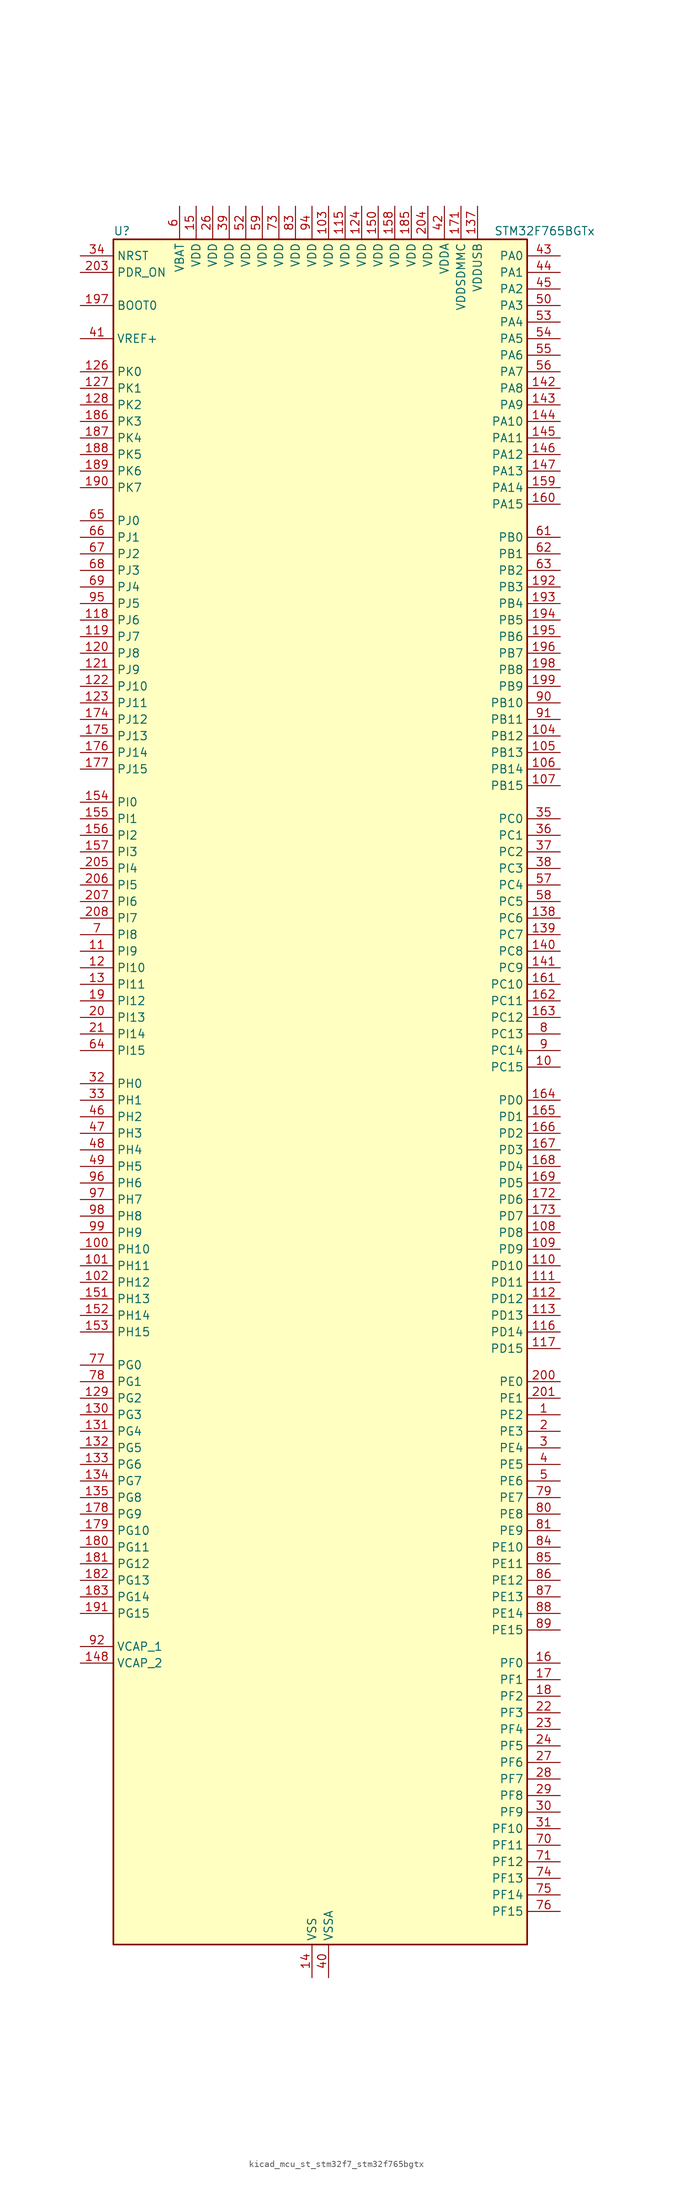
<source format=kicad_sym>
(kicad_symbol_lib
  (version 20220914)
  (generator kicad_symbol_editor)
  (symbol "kicad_mcu_st_stm32f7_stm32f765bgtx"
    (property "Reference" "U"
      (at -30.48 133.35 0)
      (effects (font (size 1.27 1.27)) (justify left)))
    (property "Value" "STM32F765BGTx"
      (at 27.94 133.35 0)
      (effects (font (size 1.27 1.27)) (justify left)))
    (property "ki_locked" ""
      (at 0 0 0)
      (effects (font (size 1.27 1.27))))
    (symbol "kicad_mcu_st_stm32f7_stm32f765bgtx_0_1"
      (rectangle (start -30.48 -129.54) (end 33.02 132.08) (stroke (width 0.254) (type default)) (fill (type background))))
    (symbol "kicad_mcu_st_stm32f7_stm32f765bgtx_1_1"
      (pin bidirectional line (at 38.1 -48.26 180) (length 5.08) (name "PE2" (effects (font (size 1.27 1.27)))) (number "1" (effects (font (size 1.27 1.27)))) (alternate "ETH_TXD3" bidirectional line) (alternate "FMC_A23" bidirectional line) (alternate "QUADSPI_BK1_IO2" bidirectional line) (alternate "SAI1_MCLK_A" bidirectional line) (alternate "SPI4_SCK" bidirectional line) (alternate "SYS_TRACECLK" bidirectional line))
      (pin bidirectional line (at 38.1 5.08 180) (length 5.08) (name "PC15" (effects (font (size 1.27 1.27)))) (number "10" (effects (font (size 1.27 1.27)))) (alternate "RCC_OSC32_OUT" bidirectional line))
      (pin bidirectional line (at -35.56 -22.86 0) (length 5.08) (name "PH10" (effects (font (size 1.27 1.27)))) (number "100" (effects (font (size 1.27 1.27)))) (alternate "DCMI_D1" bidirectional line) (alternate "FMC_D18" bidirectional line) (alternate "I2C4_SMBA" bidirectional line) (alternate "TIM5_CH1" bidirectional line))
      (pin bidirectional line (at -35.56 -25.4 0) (length 5.08) (name "PH11" (effects (font (size 1.27 1.27)))) (number "101" (effects (font (size 1.27 1.27)))) (alternate "ADC1_EXTI11" bidirectional line) (alternate "ADC2_EXTI11" bidirectional line) (alternate "ADC3_EXTI11" bidirectional line) (alternate "DCMI_D2" bidirectional line) (alternate "FMC_D19" bidirectional line) (alternate "I2C4_SCL" bidirectional line) (alternate "TIM5_CH2" bidirectional line))
      (pin bidirectional line (at -35.56 -27.94 0) (length 5.08) (name "PH12" (effects (font (size 1.27 1.27)))) (number "102" (effects (font (size 1.27 1.27)))) (alternate "DCMI_D3" bidirectional line) (alternate "FMC_D20" bidirectional line) (alternate "I2C4_SDA" bidirectional line) (alternate "TIM5_CH3" bidirectional line))
      (pin power_in line (at 2.54 137.16 270) (length 5.08) (name "VDD" (effects (font (size 1.27 1.27)))) (number "103" (effects (font (size 1.27 1.27)))))
      (pin bidirectional line (at 38.1 55.88 180) (length 5.08) (name "PB12" (effects (font (size 1.27 1.27)))) (number "104" (effects (font (size 1.27 1.27)))) (alternate "CAN2_RX" bidirectional line) (alternate "DFSDM1_DATIN1" bidirectional line) (alternate "ETH_TXD0" bidirectional line) (alternate "I2C2_SMBA" bidirectional line) (alternate "I2S2_WS" bidirectional line) (alternate "SPI2_NSS" bidirectional line) (alternate "TIM1_BKIN" bidirectional line) (alternate "UART5_RX" bidirectional line) (alternate "USART3_CK" bidirectional line) (alternate "USB_OTG_HS_ID" bidirectional line) (alternate "USB_OTG_HS_ULPI_D5" bidirectional line))
      (pin bidirectional line (at 38.1 53.34 180) (length 5.08) (name "PB13" (effects (font (size 1.27 1.27)))) (number "105" (effects (font (size 1.27 1.27)))) (alternate "CAN2_TX" bidirectional line) (alternate "DFSDM1_CKIN1" bidirectional line) (alternate "ETH_TXD1" bidirectional line) (alternate "I2S2_CK" bidirectional line) (alternate "SPI2_SCK" bidirectional line) (alternate "TIM1_CH1N" bidirectional line) (alternate "UART5_TX" bidirectional line) (alternate "USART3_CTS" bidirectional line) (alternate "USB_OTG_HS_ULPI_D6" bidirectional line) (alternate "USB_OTG_HS_VBUS" bidirectional line))
      (pin bidirectional line (at 38.1 50.8 180) (length 5.08) (name "PB14" (effects (font (size 1.27 1.27)))) (number "106" (effects (font (size 1.27 1.27)))) (alternate "DFSDM1_DATIN2" bidirectional line) (alternate "SDMMC2_D0" bidirectional line) (alternate "SPI2_MISO" bidirectional line) (alternate "TIM12_CH1" bidirectional line) (alternate "TIM1_CH2N" bidirectional line) (alternate "TIM8_CH2N" bidirectional line) (alternate "UART4_DE" bidirectional line) (alternate "UART4_RTS" bidirectional line) (alternate "USART1_TX" bidirectional line) (alternate "USART3_DE" bidirectional line) (alternate "USART3_RTS" bidirectional line) (alternate "USB_OTG_HS_DM" bidirectional line))
      (pin bidirectional line (at 38.1 48.26 180) (length 5.08) (name "PB15" (effects (font (size 1.27 1.27)))) (number "107" (effects (font (size 1.27 1.27)))) (alternate "DFSDM1_CKIN2" bidirectional line) (alternate "I2S2_SD" bidirectional line) (alternate "RTC_REFIN" bidirectional line) (alternate "SDMMC2_D1" bidirectional line) (alternate "SPI2_MOSI" bidirectional line) (alternate "TIM12_CH2" bidirectional line) (alternate "TIM1_CH3N" bidirectional line) (alternate "TIM8_CH3N" bidirectional line) (alternate "UART4_CTS" bidirectional line) (alternate "USART1_RX" bidirectional line) (alternate "USB_OTG_HS_DP" bidirectional line))
      (pin bidirectional line (at 38.1 -20.32 180) (length 5.08) (name "PD8" (effects (font (size 1.27 1.27)))) (number "108" (effects (font (size 1.27 1.27)))) (alternate "DFSDM1_CKIN3" bidirectional line) (alternate "FMC_D13" bidirectional line) (alternate "FMC_DA13" bidirectional line) (alternate "SPDIFRX_IN1" bidirectional line) (alternate "USART3_TX" bidirectional line))
      (pin bidirectional line (at 38.1 -22.86 180) (length 5.08) (name "PD9" (effects (font (size 1.27 1.27)))) (number "109" (effects (font (size 1.27 1.27)))) (alternate "DAC_EXTI9" bidirectional line) (alternate "DFSDM1_DATIN3" bidirectional line) (alternate "FMC_D14" bidirectional line) (alternate "FMC_DA14" bidirectional line) (alternate "USART3_RX" bidirectional line))
      (pin bidirectional line (at -35.56 22.86 0) (length 5.08) (name "PI9" (effects (font (size 1.27 1.27)))) (number "11" (effects (font (size 1.27 1.27)))) (alternate "CAN1_RX" bidirectional line) (alternate "DAC_EXTI9" bidirectional line) (alternate "FMC_D30" bidirectional line) (alternate "UART4_RX" bidirectional line))
      (pin bidirectional line (at 38.1 -25.4 180) (length 5.08) (name "PD10" (effects (font (size 1.27 1.27)))) (number "110" (effects (font (size 1.27 1.27)))) (alternate "DFSDM1_CKOUT" bidirectional line) (alternate "FMC_D15" bidirectional line) (alternate "FMC_DA15" bidirectional line) (alternate "USART3_CK" bidirectional line))
      (pin bidirectional line (at 38.1 -27.94 180) (length 5.08) (name "PD11" (effects (font (size 1.27 1.27)))) (number "111" (effects (font (size 1.27 1.27)))) (alternate "ADC1_EXTI11" bidirectional line) (alternate "ADC2_EXTI11" bidirectional line) (alternate "ADC3_EXTI11" bidirectional line) (alternate "FMC_A16" bidirectional line) (alternate "FMC_CLE" bidirectional line) (alternate "I2C4_SMBA" bidirectional line) (alternate "QUADSPI_BK1_IO0" bidirectional line) (alternate "SAI2_SD_A" bidirectional line) (alternate "USART3_CTS" bidirectional line))
      (pin bidirectional line (at 38.1 -30.48 180) (length 5.08) (name "PD12" (effects (font (size 1.27 1.27)))) (number "112" (effects (font (size 1.27 1.27)))) (alternate "FMC_A17" bidirectional line) (alternate "FMC_ALE" bidirectional line) (alternate "I2C4_SCL" bidirectional line) (alternate "LPTIM1_IN1" bidirectional line) (alternate "QUADSPI_BK1_IO1" bidirectional line) (alternate "SAI2_FS_A" bidirectional line) (alternate "TIM4_CH1" bidirectional line) (alternate "USART3_DE" bidirectional line) (alternate "USART3_RTS" bidirectional line))
      (pin bidirectional line (at 38.1 -33.02 180) (length 5.08) (name "PD13" (effects (font (size 1.27 1.27)))) (number "113" (effects (font (size 1.27 1.27)))) (alternate "FMC_A18" bidirectional line) (alternate "I2C4_SDA" bidirectional line) (alternate "LPTIM1_OUT" bidirectional line) (alternate "QUADSPI_BK1_IO3" bidirectional line) (alternate "SAI2_SCK_A" bidirectional line) (alternate "TIM4_CH2" bidirectional line))
      (pin passive line (at 0 -134.62 90) (length 5.08) hide (name "VSS" (effects (font (size 1.27 1.27)))) (number "114" (effects (font (size 1.27 1.27)))))
      (pin power_in line (at 5.08 137.16 270) (length 5.08) (name "VDD" (effects (font (size 1.27 1.27)))) (number "115" (effects (font (size 1.27 1.27)))))
      (pin bidirectional line (at 38.1 -35.56 180) (length 5.08) (name "PD14" (effects (font (size 1.27 1.27)))) (number "116" (effects (font (size 1.27 1.27)))) (alternate "FMC_D0" bidirectional line) (alternate "FMC_DA0" bidirectional line) (alternate "TIM4_CH3" bidirectional line) (alternate "UART8_CTS" bidirectional line))
      (pin bidirectional line (at 38.1 -38.1 180) (length 5.08) (name "PD15" (effects (font (size 1.27 1.27)))) (number "117" (effects (font (size 1.27 1.27)))) (alternate "FMC_D1" bidirectional line) (alternate "FMC_DA1" bidirectional line) (alternate "TIM4_CH4" bidirectional line) (alternate "UART8_DE" bidirectional line) (alternate "UART8_RTS" bidirectional line))
      (pin bidirectional line (at -35.56 73.66 0) (length 5.08) (name "PJ6" (effects (font (size 1.27 1.27)))) (number "118" (effects (font (size 1.27 1.27)))))
      (pin bidirectional line (at -35.56 71.12 0) (length 5.08) (name "PJ7" (effects (font (size 1.27 1.27)))) (number "119" (effects (font (size 1.27 1.27)))))
      (pin bidirectional line (at -35.56 20.32 0) (length 5.08) (name "PI10" (effects (font (size 1.27 1.27)))) (number "12" (effects (font (size 1.27 1.27)))) (alternate "ETH_RX_ER" bidirectional line) (alternate "FMC_D31" bidirectional line))
      (pin bidirectional line (at -35.56 68.58 0) (length 5.08) (name "PJ8" (effects (font (size 1.27 1.27)))) (number "120" (effects (font (size 1.27 1.27)))))
      (pin bidirectional line (at -35.56 66.04 0) (length 5.08) (name "PJ9" (effects (font (size 1.27 1.27)))) (number "121" (effects (font (size 1.27 1.27)))) (alternate "DAC_EXTI9" bidirectional line))
      (pin bidirectional line (at -35.56 63.5 0) (length 5.08) (name "PJ10" (effects (font (size 1.27 1.27)))) (number "122" (effects (font (size 1.27 1.27)))))
      (pin bidirectional line (at -35.56 60.96 0) (length 5.08) (name "PJ11" (effects (font (size 1.27 1.27)))) (number "123" (effects (font (size 1.27 1.27)))) (alternate "ADC1_EXTI11" bidirectional line) (alternate "ADC2_EXTI11" bidirectional line) (alternate "ADC3_EXTI11" bidirectional line))
      (pin power_in line (at 7.62 137.16 270) (length 5.08) (name "VDD" (effects (font (size 1.27 1.27)))) (number "124" (effects (font (size 1.27 1.27)))))
      (pin passive line (at 0 -134.62 90) (length 5.08) hide (name "VSS" (effects (font (size 1.27 1.27)))) (number "125" (effects (font (size 1.27 1.27)))))
      (pin bidirectional line (at -35.56 111.76 0) (length 5.08) (name "PK0" (effects (font (size 1.27 1.27)))) (number "126" (effects (font (size 1.27 1.27)))))
      (pin bidirectional line (at -35.56 109.22 0) (length 5.08) (name "PK1" (effects (font (size 1.27 1.27)))) (number "127" (effects (font (size 1.27 1.27)))))
      (pin bidirectional line (at -35.56 106.68 0) (length 5.08) (name "PK2" (effects (font (size 1.27 1.27)))) (number "128" (effects (font (size 1.27 1.27)))))
      (pin bidirectional line (at -35.56 -45.72 0) (length 5.08) (name "PG2" (effects (font (size 1.27 1.27)))) (number "129" (effects (font (size 1.27 1.27)))) (alternate "FMC_A12" bidirectional line))
      (pin bidirectional line (at -35.56 17.78 0) (length 5.08) (name "PI11" (effects (font (size 1.27 1.27)))) (number "13" (effects (font (size 1.27 1.27)))) (alternate "ADC1_EXTI11" bidirectional line) (alternate "ADC2_EXTI11" bidirectional line) (alternate "ADC3_EXTI11" bidirectional line) (alternate "SYS_WKUP6" bidirectional line) (alternate "USB_OTG_HS_ULPI_DIR" bidirectional line))
      (pin bidirectional line (at -35.56 -48.26 0) (length 5.08) (name "PG3" (effects (font (size 1.27 1.27)))) (number "130" (effects (font (size 1.27 1.27)))) (alternate "FMC_A13" bidirectional line))
      (pin bidirectional line (at -35.56 -50.8 0) (length 5.08) (name "PG4" (effects (font (size 1.27 1.27)))) (number "131" (effects (font (size 1.27 1.27)))) (alternate "FMC_A14" bidirectional line) (alternate "FMC_BA0" bidirectional line))
      (pin bidirectional line (at -35.56 -53.34 0) (length 5.08) (name "PG5" (effects (font (size 1.27 1.27)))) (number "132" (effects (font (size 1.27 1.27)))) (alternate "FMC_A15" bidirectional line) (alternate "FMC_BA1" bidirectional line))
      (pin bidirectional line (at -35.56 -55.88 0) (length 5.08) (name "PG6" (effects (font (size 1.27 1.27)))) (number "133" (effects (font (size 1.27 1.27)))) (alternate "DCMI_D12" bidirectional line) (alternate "FMC_NE3" bidirectional line))
      (pin bidirectional line (at -35.56 -58.42 0) (length 5.08) (name "PG7" (effects (font (size 1.27 1.27)))) (number "134" (effects (font (size 1.27 1.27)))) (alternate "DCMI_D13" bidirectional line) (alternate "FMC_INT" bidirectional line) (alternate "SAI1_MCLK_A" bidirectional line) (alternate "USART6_CK" bidirectional line))
      (pin bidirectional line (at -35.56 -60.96 0) (length 5.08) (name "PG8" (effects (font (size 1.27 1.27)))) (number "135" (effects (font (size 1.27 1.27)))) (alternate "ETH_PPS_OUT" bidirectional line) (alternate "FMC_SDCLK" bidirectional line) (alternate "SPDIFRX_IN2" bidirectional line) (alternate "SPI6_NSS" bidirectional line) (alternate "USART6_DE" bidirectional line) (alternate "USART6_RTS" bidirectional line))
      (pin passive line (at 0 -134.62 90) (length 5.08) hide (name "VSS" (effects (font (size 1.27 1.27)))) (number "136" (effects (font (size 1.27 1.27)))))
      (pin power_in line (at 25.4 137.16 270) (length 5.08) (name "VDDUSB" (effects (font (size 1.27 1.27)))) (number "137" (effects (font (size 1.27 1.27)))))
      (pin bidirectional line (at 38.1 27.94 180) (length 5.08) (name "PC6" (effects (font (size 1.27 1.27)))) (number "138" (effects (font (size 1.27 1.27)))) (alternate "DCMI_D0" bidirectional line) (alternate "DFSDM1_CKIN3" bidirectional line) (alternate "FMC_NWAIT" bidirectional line) (alternate "I2S2_MCK" bidirectional line) (alternate "SDMMC1_D6" bidirectional line) (alternate "SDMMC2_D6" bidirectional line) (alternate "TIM3_CH1" bidirectional line) (alternate "TIM8_CH1" bidirectional line) (alternate "USART6_TX" bidirectional line))
      (pin bidirectional line (at 38.1 25.4 180) (length 5.08) (name "PC7" (effects (font (size 1.27 1.27)))) (number "139" (effects (font (size 1.27 1.27)))) (alternate "DCMI_D1" bidirectional line) (alternate "DFSDM1_DATIN3" bidirectional line) (alternate "FMC_NE1" bidirectional line) (alternate "I2S3_MCK" bidirectional line) (alternate "SDMMC1_D7" bidirectional line) (alternate "SDMMC2_D7" bidirectional line) (alternate "TIM3_CH2" bidirectional line) (alternate "TIM8_CH2" bidirectional line) (alternate "USART6_RX" bidirectional line))
      (pin power_in line (at 0 -134.62 90) (length 5.08) (name "VSS" (effects (font (size 1.27 1.27)))) (number "14" (effects (font (size 1.27 1.27)))))
      (pin bidirectional line (at 38.1 22.86 180) (length 5.08) (name "PC8" (effects (font (size 1.27 1.27)))) (number "140" (effects (font (size 1.27 1.27)))) (alternate "DCMI_D2" bidirectional line) (alternate "FMC_NCE" bidirectional line) (alternate "FMC_NE2" bidirectional line) (alternate "SDMMC1_D0" bidirectional line) (alternate "SYS_TRACED1" bidirectional line) (alternate "TIM3_CH3" bidirectional line) (alternate "TIM8_CH3" bidirectional line) (alternate "UART5_DE" bidirectional line) (alternate "UART5_RTS" bidirectional line) (alternate "USART6_CK" bidirectional line))
      (pin bidirectional line (at 38.1 20.32 180) (length 5.08) (name "PC9" (effects (font (size 1.27 1.27)))) (number "141" (effects (font (size 1.27 1.27)))) (alternate "DAC_EXTI9" bidirectional line) (alternate "DCMI_D3" bidirectional line) (alternate "I2C3_SDA" bidirectional line) (alternate "I2S_CKIN" bidirectional line) (alternate "QUADSPI_BK1_IO0" bidirectional line) (alternate "RCC_MCO_2" bidirectional line) (alternate "SDMMC1_D1" bidirectional line) (alternate "TIM3_CH4" bidirectional line) (alternate "TIM8_CH4" bidirectional line) (alternate "UART5_CTS" bidirectional line))
      (pin bidirectional line (at 38.1 109.22 180) (length 5.08) (name "PA8" (effects (font (size 1.27 1.27)))) (number "142" (effects (font (size 1.27 1.27)))) (alternate "CAN3_RX" bidirectional line) (alternate "I2C3_SCL" bidirectional line) (alternate "RCC_MCO_1" bidirectional line) (alternate "TIM1_CH1" bidirectional line) (alternate "TIM8_BKIN2" bidirectional line) (alternate "UART7_RX" bidirectional line) (alternate "USART1_CK" bidirectional line) (alternate "USB_OTG_FS_SOF" bidirectional line))
      (pin bidirectional line (at 38.1 106.68 180) (length 5.08) (name "PA9" (effects (font (size 1.27 1.27)))) (number "143" (effects (font (size 1.27 1.27)))) (alternate "DAC_EXTI9" bidirectional line) (alternate "DCMI_D0" bidirectional line) (alternate "I2C3_SMBA" bidirectional line) (alternate "I2S2_CK" bidirectional line) (alternate "SPI2_SCK" bidirectional line) (alternate "TIM1_CH2" bidirectional line) (alternate "USART1_TX" bidirectional line) (alternate "USB_OTG_FS_VBUS" bidirectional line))
      (pin bidirectional line (at 38.1 104.14 180) (length 5.08) (name "PA10" (effects (font (size 1.27 1.27)))) (number "144" (effects (font (size 1.27 1.27)))) (alternate "DCMI_D1" bidirectional line) (alternate "MDIOS_MDIO" bidirectional line) (alternate "TIM1_CH3" bidirectional line) (alternate "USART1_RX" bidirectional line) (alternate "USB_OTG_FS_ID" bidirectional line))
      (pin bidirectional line (at 38.1 101.6 180) (length 5.08) (name "PA11" (effects (font (size 1.27 1.27)))) (number "145" (effects (font (size 1.27 1.27)))) (alternate "ADC1_EXTI11" bidirectional line) (alternate "ADC2_EXTI11" bidirectional line) (alternate "ADC3_EXTI11" bidirectional line) (alternate "CAN1_RX" bidirectional line) (alternate "I2S2_WS" bidirectional line) (alternate "SPI2_NSS" bidirectional line) (alternate "TIM1_CH4" bidirectional line) (alternate "UART4_RX" bidirectional line) (alternate "USART1_CTS" bidirectional line) (alternate "USB_OTG_FS_DM" bidirectional line))
      (pin bidirectional line (at 38.1 99.06 180) (length 5.08) (name "PA12" (effects (font (size 1.27 1.27)))) (number "146" (effects (font (size 1.27 1.27)))) (alternate "CAN1_TX" bidirectional line) (alternate "I2S2_CK" bidirectional line) (alternate "SAI2_FS_B" bidirectional line) (alternate "SPI2_SCK" bidirectional line) (alternate "TIM1_ETR" bidirectional line) (alternate "UART4_TX" bidirectional line) (alternate "USART1_DE" bidirectional line) (alternate "USART1_RTS" bidirectional line) (alternate "USB_OTG_FS_DP" bidirectional line))
      (pin bidirectional line (at 38.1 96.52 180) (length 5.08) (name "PA13" (effects (font (size 1.27 1.27)))) (number "147" (effects (font (size 1.27 1.27)))) (alternate "SYS_JTMS-SWDIO" bidirectional line))
      (pin power_out line (at -35.56 -86.36 0) (length 5.08) (name "VCAP_2" (effects (font (size 1.27 1.27)))) (number "148" (effects (font (size 1.27 1.27)))))
      (pin passive line (at 0 -134.62 90) (length 5.08) hide (name "VSS" (effects (font (size 1.27 1.27)))) (number "149" (effects (font (size 1.27 1.27)))))
      (pin power_in line (at -17.78 137.16 270) (length 5.08) (name "VDD" (effects (font (size 1.27 1.27)))) (number "15" (effects (font (size 1.27 1.27)))))
      (pin power_in line (at 10.16 137.16 270) (length 5.08) (name "VDD" (effects (font (size 1.27 1.27)))) (number "150" (effects (font (size 1.27 1.27)))))
      (pin bidirectional line (at -35.56 -30.48 0) (length 5.08) (name "PH13" (effects (font (size 1.27 1.27)))) (number "151" (effects (font (size 1.27 1.27)))) (alternate "CAN1_TX" bidirectional line) (alternate "FMC_D21" bidirectional line) (alternate "TIM8_CH1N" bidirectional line) (alternate "UART4_TX" bidirectional line))
      (pin bidirectional line (at -35.56 -33.02 0) (length 5.08) (name "PH14" (effects (font (size 1.27 1.27)))) (number "152" (effects (font (size 1.27 1.27)))) (alternate "CAN1_RX" bidirectional line) (alternate "DCMI_D4" bidirectional line) (alternate "FMC_D22" bidirectional line) (alternate "TIM8_CH2N" bidirectional line) (alternate "UART4_RX" bidirectional line))
      (pin bidirectional line (at -35.56 -35.56 0) (length 5.08) (name "PH15" (effects (font (size 1.27 1.27)))) (number "153" (effects (font (size 1.27 1.27)))) (alternate "DCMI_D11" bidirectional line) (alternate "FMC_D23" bidirectional line) (alternate "TIM8_CH3N" bidirectional line))
      (pin bidirectional line (at -35.56 45.72 0) (length 5.08) (name "PI0" (effects (font (size 1.27 1.27)))) (number "154" (effects (font (size 1.27 1.27)))) (alternate "DCMI_D13" bidirectional line) (alternate "FMC_D24" bidirectional line) (alternate "I2S2_WS" bidirectional line) (alternate "SPI2_NSS" bidirectional line) (alternate "TIM5_CH4" bidirectional line))
      (pin bidirectional line (at -35.56 43.18 0) (length 5.08) (name "PI1" (effects (font (size 1.27 1.27)))) (number "155" (effects (font (size 1.27 1.27)))) (alternate "DCMI_D8" bidirectional line) (alternate "FMC_D25" bidirectional line) (alternate "I2S2_CK" bidirectional line) (alternate "SPI2_SCK" bidirectional line) (alternate "TIM8_BKIN2" bidirectional line))
      (pin bidirectional line (at -35.56 40.64 0) (length 5.08) (name "PI2" (effects (font (size 1.27 1.27)))) (number "156" (effects (font (size 1.27 1.27)))) (alternate "DCMI_D9" bidirectional line) (alternate "FMC_D26" bidirectional line) (alternate "SPI2_MISO" bidirectional line) (alternate "TIM8_CH4" bidirectional line))
      (pin bidirectional line (at -35.56 38.1 0) (length 5.08) (name "PI3" (effects (font (size 1.27 1.27)))) (number "157" (effects (font (size 1.27 1.27)))) (alternate "DCMI_D10" bidirectional line) (alternate "FMC_D27" bidirectional line) (alternate "I2S2_SD" bidirectional line) (alternate "SPI2_MOSI" bidirectional line) (alternate "TIM8_ETR" bidirectional line))
      (pin power_in line (at 12.7 137.16 270) (length 5.08) (name "VDD" (effects (font (size 1.27 1.27)))) (number "158" (effects (font (size 1.27 1.27)))))
      (pin bidirectional line (at 38.1 93.98 180) (length 5.08) (name "PA14" (effects (font (size 1.27 1.27)))) (number "159" (effects (font (size 1.27 1.27)))) (alternate "SYS_JTCK-SWCLK" bidirectional line))
      (pin bidirectional line (at 38.1 -86.36 180) (length 5.08) (name "PF0" (effects (font (size 1.27 1.27)))) (number "16" (effects (font (size 1.27 1.27)))) (alternate "FMC_A0" bidirectional line) (alternate "I2C2_SDA" bidirectional line))
      (pin bidirectional line (at 38.1 91.44 180) (length 5.08) (name "PA15" (effects (font (size 1.27 1.27)))) (number "160" (effects (font (size 1.27 1.27)))) (alternate "CAN3_TX" bidirectional line) (alternate "CEC" bidirectional line) (alternate "I2S1_WS" bidirectional line) (alternate "I2S3_WS" bidirectional line) (alternate "SPI1_NSS" bidirectional line) (alternate "SPI3_NSS" bidirectional line) (alternate "SPI6_NSS" bidirectional line) (alternate "SYS_JTDI" bidirectional line) (alternate "TIM2_CH1" bidirectional line) (alternate "TIM2_ETR" bidirectional line) (alternate "UART4_DE" bidirectional line) (alternate "UART4_RTS" bidirectional line) (alternate "UART7_TX" bidirectional line))
      (pin bidirectional line (at 38.1 17.78 180) (length 5.08) (name "PC10" (effects (font (size 1.27 1.27)))) (number "161" (effects (font (size 1.27 1.27)))) (alternate "DCMI_D8" bidirectional line) (alternate "DFSDM1_CKIN5" bidirectional line) (alternate "I2S3_CK" bidirectional line) (alternate "QUADSPI_BK1_IO1" bidirectional line) (alternate "SDMMC1_D2" bidirectional line) (alternate "SPI3_SCK" bidirectional line) (alternate "UART4_TX" bidirectional line) (alternate "USART3_TX" bidirectional line))
      (pin bidirectional line (at 38.1 15.24 180) (length 5.08) (name "PC11" (effects (font (size 1.27 1.27)))) (number "162" (effects (font (size 1.27 1.27)))) (alternate "ADC1_EXTI11" bidirectional line) (alternate "ADC2_EXTI11" bidirectional line) (alternate "ADC3_EXTI11" bidirectional line) (alternate "DCMI_D4" bidirectional line) (alternate "DFSDM1_DATIN5" bidirectional line) (alternate "QUADSPI_BK2_NCS" bidirectional line) (alternate "SDMMC1_D3" bidirectional line) (alternate "SPI3_MISO" bidirectional line) (alternate "UART4_RX" bidirectional line) (alternate "USART3_RX" bidirectional line))
      (pin bidirectional line (at 38.1 12.7 180) (length 5.08) (name "PC12" (effects (font (size 1.27 1.27)))) (number "163" (effects (font (size 1.27 1.27)))) (alternate "DCMI_D9" bidirectional line) (alternate "I2S3_SD" bidirectional line) (alternate "SDMMC1_CK" bidirectional line) (alternate "SPI3_MOSI" bidirectional line) (alternate "SYS_TRACED3" bidirectional line) (alternate "UART5_TX" bidirectional line) (alternate "USART3_CK" bidirectional line))
      (pin bidirectional line (at 38.1 0 180) (length 5.08) (name "PD0" (effects (font (size 1.27 1.27)))) (number "164" (effects (font (size 1.27 1.27)))) (alternate "CAN1_RX" bidirectional line) (alternate "DFSDM1_CKIN6" bidirectional line) (alternate "DFSDM1_DATIN7" bidirectional line) (alternate "FMC_D2" bidirectional line) (alternate "FMC_DA2" bidirectional line) (alternate "UART4_RX" bidirectional line))
      (pin bidirectional line (at 38.1 -2.54 180) (length 5.08) (name "PD1" (effects (font (size 1.27 1.27)))) (number "165" (effects (font (size 1.27 1.27)))) (alternate "CAN1_TX" bidirectional line) (alternate "DFSDM1_CKIN7" bidirectional line) (alternate "DFSDM1_DATIN6" bidirectional line) (alternate "FMC_D3" bidirectional line) (alternate "FMC_DA3" bidirectional line) (alternate "UART4_TX" bidirectional line))
      (pin bidirectional line (at 38.1 -5.08 180) (length 5.08) (name "PD2" (effects (font (size 1.27 1.27)))) (number "166" (effects (font (size 1.27 1.27)))) (alternate "DCMI_D11" bidirectional line) (alternate "SDMMC1_CMD" bidirectional line) (alternate "SYS_TRACED2" bidirectional line) (alternate "TIM3_ETR" bidirectional line) (alternate "UART5_RX" bidirectional line))
      (pin bidirectional line (at 38.1 -7.62 180) (length 5.08) (name "PD3" (effects (font (size 1.27 1.27)))) (number "167" (effects (font (size 1.27 1.27)))) (alternate "DCMI_D5" bidirectional line) (alternate "DFSDM1_CKOUT" bidirectional line) (alternate "DFSDM1_DATIN0" bidirectional line) (alternate "FMC_CLK" bidirectional line) (alternate "I2S2_CK" bidirectional line) (alternate "SPI2_SCK" bidirectional line) (alternate "USART2_CTS" bidirectional line))
      (pin bidirectional line (at 38.1 -10.16 180) (length 5.08) (name "PD4" (effects (font (size 1.27 1.27)))) (number "168" (effects (font (size 1.27 1.27)))) (alternate "DFSDM1_CKIN0" bidirectional line) (alternate "FMC_NOE" bidirectional line) (alternate "USART2_DE" bidirectional line) (alternate "USART2_RTS" bidirectional line))
      (pin bidirectional line (at 38.1 -12.7 180) (length 5.08) (name "PD5" (effects (font (size 1.27 1.27)))) (number "169" (effects (font (size 1.27 1.27)))) (alternate "FMC_NWE" bidirectional line) (alternate "USART2_TX" bidirectional line))
      (pin bidirectional line (at 38.1 -88.9 180) (length 5.08) (name "PF1" (effects (font (size 1.27 1.27)))) (number "17" (effects (font (size 1.27 1.27)))) (alternate "FMC_A1" bidirectional line) (alternate "I2C2_SCL" bidirectional line))
      (pin passive line (at 0 -134.62 90) (length 5.08) hide (name "VSS" (effects (font (size 1.27 1.27)))) (number "170" (effects (font (size 1.27 1.27)))))
      (pin power_in line (at 22.86 137.16 270) (length 5.08) (name "VDDSDMMC" (effects (font (size 1.27 1.27)))) (number "171" (effects (font (size 1.27 1.27)))))
      (pin bidirectional line (at 38.1 -15.24 180) (length 5.08) (name "PD6" (effects (font (size 1.27 1.27)))) (number "172" (effects (font (size 1.27 1.27)))) (alternate "DCMI_D10" bidirectional line) (alternate "DFSDM1_CKIN4" bidirectional line) (alternate "DFSDM1_DATIN1" bidirectional line) (alternate "FMC_NWAIT" bidirectional line) (alternate "I2S3_SD" bidirectional line) (alternate "SAI1_SD_A" bidirectional line) (alternate "SDMMC2_CK" bidirectional line) (alternate "SPI3_MOSI" bidirectional line) (alternate "USART2_RX" bidirectional line))
      (pin bidirectional line (at 38.1 -17.78 180) (length 5.08) (name "PD7" (effects (font (size 1.27 1.27)))) (number "173" (effects (font (size 1.27 1.27)))) (alternate "DFSDM1_CKIN1" bidirectional line) (alternate "DFSDM1_DATIN4" bidirectional line) (alternate "FMC_NE1" bidirectional line) (alternate "I2S1_SD" bidirectional line) (alternate "SDMMC2_CMD" bidirectional line) (alternate "SPDIFRX_IN0" bidirectional line) (alternate "SPI1_MOSI" bidirectional line) (alternate "USART2_CK" bidirectional line))
      (pin bidirectional line (at -35.56 58.42 0) (length 5.08) (name "PJ12" (effects (font (size 1.27 1.27)))) (number "174" (effects (font (size 1.27 1.27)))))
      (pin bidirectional line (at -35.56 55.88 0) (length 5.08) (name "PJ13" (effects (font (size 1.27 1.27)))) (number "175" (effects (font (size 1.27 1.27)))))
      (pin bidirectional line (at -35.56 53.34 0) (length 5.08) (name "PJ14" (effects (font (size 1.27 1.27)))) (number "176" (effects (font (size 1.27 1.27)))))
      (pin bidirectional line (at -35.56 50.8 0) (length 5.08) (name "PJ15" (effects (font (size 1.27 1.27)))) (number "177" (effects (font (size 1.27 1.27)))))
      (pin bidirectional line (at -35.56 -63.5 0) (length 5.08) (name "PG9" (effects (font (size 1.27 1.27)))) (number "178" (effects (font (size 1.27 1.27)))) (alternate "DAC_EXTI9" bidirectional line) (alternate "DCMI_VSYNC" bidirectional line) (alternate "FMC_NCE" bidirectional line) (alternate "FMC_NE2" bidirectional line) (alternate "QUADSPI_BK2_IO2" bidirectional line) (alternate "SAI2_FS_B" bidirectional line) (alternate "SDMMC2_D0" bidirectional line) (alternate "SPDIFRX_IN3" bidirectional line) (alternate "SPI1_MISO" bidirectional line) (alternate "USART6_RX" bidirectional line))
      (pin bidirectional line (at -35.56 -66.04 0) (length 5.08) (name "PG10" (effects (font (size 1.27 1.27)))) (number "179" (effects (font (size 1.27 1.27)))) (alternate "DCMI_D2" bidirectional line) (alternate "FMC_NE3" bidirectional line) (alternate "I2S1_WS" bidirectional line) (alternate "SAI2_SD_B" bidirectional line) (alternate "SDMMC2_D1" bidirectional line) (alternate "SPI1_NSS" bidirectional line))
      (pin bidirectional line (at 38.1 -91.44 180) (length 5.08) (name "PF2" (effects (font (size 1.27 1.27)))) (number "18" (effects (font (size 1.27 1.27)))) (alternate "FMC_A2" bidirectional line) (alternate "I2C2_SMBA" bidirectional line))
      (pin bidirectional line (at -35.56 -68.58 0) (length 5.08) (name "PG11" (effects (font (size 1.27 1.27)))) (number "180" (effects (font (size 1.27 1.27)))) (alternate "ADC1_EXTI11" bidirectional line) (alternate "ADC2_EXTI11" bidirectional line) (alternate "ADC3_EXTI11" bidirectional line) (alternate "DCMI_D3" bidirectional line) (alternate "ETH_TX_EN" bidirectional line) (alternate "I2S1_CK" bidirectional line) (alternate "SDMMC2_D2" bidirectional line) (alternate "SPDIFRX_IN0" bidirectional line) (alternate "SPI1_SCK" bidirectional line))
      (pin bidirectional line (at -35.56 -71.12 0) (length 5.08) (name "PG12" (effects (font (size 1.27 1.27)))) (number "181" (effects (font (size 1.27 1.27)))) (alternate "FMC_NE4" bidirectional line) (alternate "LPTIM1_IN1" bidirectional line) (alternate "SDMMC2_D3" bidirectional line) (alternate "SPDIFRX_IN1" bidirectional line) (alternate "SPI6_MISO" bidirectional line) (alternate "USART6_DE" bidirectional line) (alternate "USART6_RTS" bidirectional line))
      (pin bidirectional line (at -35.56 -73.66 0) (length 5.08) (name "PG13" (effects (font (size 1.27 1.27)))) (number "182" (effects (font (size 1.27 1.27)))) (alternate "ETH_TXD0" bidirectional line) (alternate "FMC_A24" bidirectional line) (alternate "LPTIM1_OUT" bidirectional line) (alternate "SPI6_SCK" bidirectional line) (alternate "SYS_TRACED0" bidirectional line) (alternate "USART6_CTS" bidirectional line))
      (pin bidirectional line (at -35.56 -76.2 0) (length 5.08) (name "PG14" (effects (font (size 1.27 1.27)))) (number "183" (effects (font (size 1.27 1.27)))) (alternate "ETH_TXD1" bidirectional line) (alternate "FMC_A25" bidirectional line) (alternate "LPTIM1_ETR" bidirectional line) (alternate "QUADSPI_BK2_IO3" bidirectional line) (alternate "SPI6_MOSI" bidirectional line) (alternate "SYS_TRACED1" bidirectional line) (alternate "USART6_TX" bidirectional line))
      (pin passive line (at 0 -134.62 90) (length 5.08) hide (name "VSS" (effects (font (size 1.27 1.27)))) (number "184" (effects (font (size 1.27 1.27)))))
      (pin power_in line (at 15.24 137.16 270) (length 5.08) (name "VDD" (effects (font (size 1.27 1.27)))) (number "185" (effects (font (size 1.27 1.27)))))
      (pin bidirectional line (at -35.56 104.14 0) (length 5.08) (name "PK3" (effects (font (size 1.27 1.27)))) (number "186" (effects (font (size 1.27 1.27)))))
      (pin bidirectional line (at -35.56 101.6 0) (length 5.08) (name "PK4" (effects (font (size 1.27 1.27)))) (number "187" (effects (font (size 1.27 1.27)))))
      (pin bidirectional line (at -35.56 99.06 0) (length 5.08) (name "PK5" (effects (font (size 1.27 1.27)))) (number "188" (effects (font (size 1.27 1.27)))))
      (pin bidirectional line (at -35.56 96.52 0) (length 5.08) (name "PK6" (effects (font (size 1.27 1.27)))) (number "189" (effects (font (size 1.27 1.27)))))
      (pin bidirectional line (at -35.56 15.24 0) (length 5.08) (name "PI12" (effects (font (size 1.27 1.27)))) (number "19" (effects (font (size 1.27 1.27)))))
      (pin bidirectional line (at -35.56 93.98 0) (length 5.08) (name "PK7" (effects (font (size 1.27 1.27)))) (number "190" (effects (font (size 1.27 1.27)))))
      (pin bidirectional line (at -35.56 -78.74 0) (length 5.08) (name "PG15" (effects (font (size 1.27 1.27)))) (number "191" (effects (font (size 1.27 1.27)))) (alternate "DCMI_D13" bidirectional line) (alternate "FMC_SDNCAS" bidirectional line) (alternate "USART6_CTS" bidirectional line))
      (pin bidirectional line (at 38.1 78.74 180) (length 5.08) (name "PB3" (effects (font (size 1.27 1.27)))) (number "192" (effects (font (size 1.27 1.27)))) (alternate "CAN3_RX" bidirectional line) (alternate "I2S1_CK" bidirectional line) (alternate "I2S3_CK" bidirectional line) (alternate "SDMMC2_D2" bidirectional line) (alternate "SPI1_SCK" bidirectional line) (alternate "SPI3_SCK" bidirectional line) (alternate "SPI6_SCK" bidirectional line) (alternate "SYS_JTDO-SWO" bidirectional line) (alternate "TIM2_CH2" bidirectional line) (alternate "UART7_RX" bidirectional line))
      (pin bidirectional line (at 38.1 76.2 180) (length 5.08) (name "PB4" (effects (font (size 1.27 1.27)))) (number "193" (effects (font (size 1.27 1.27)))) (alternate "CAN3_TX" bidirectional line) (alternate "I2S2_WS" bidirectional line) (alternate "SDMMC2_D3" bidirectional line) (alternate "SPI1_MISO" bidirectional line) (alternate "SPI2_NSS" bidirectional line) (alternate "SPI3_MISO" bidirectional line) (alternate "SPI6_MISO" bidirectional line) (alternate "SYS_JTRST" bidirectional line) (alternate "TIM3_CH1" bidirectional line) (alternate "UART7_TX" bidirectional line))
      (pin bidirectional line (at 38.1 73.66 180) (length 5.08) (name "PB5" (effects (font (size 1.27 1.27)))) (number "194" (effects (font (size 1.27 1.27)))) (alternate "CAN2_RX" bidirectional line) (alternate "DCMI_D10" bidirectional line) (alternate "ETH_PPS_OUT" bidirectional line) (alternate "FMC_SDCKE1" bidirectional line) (alternate "I2C1_SMBA" bidirectional line) (alternate "I2S1_SD" bidirectional line) (alternate "I2S3_SD" bidirectional line) (alternate "SPI1_MOSI" bidirectional line) (alternate "SPI3_MOSI" bidirectional line) (alternate "SPI6_MOSI" bidirectional line) (alternate "TIM3_CH2" bidirectional line) (alternate "UART5_RX" bidirectional line) (alternate "USB_OTG_HS_ULPI_D7" bidirectional line))
      (pin bidirectional line (at 38.1 71.12 180) (length 5.08) (name "PB6" (effects (font (size 1.27 1.27)))) (number "195" (effects (font (size 1.27 1.27)))) (alternate "CAN2_TX" bidirectional line) (alternate "CEC" bidirectional line) (alternate "DCMI_D5" bidirectional line) (alternate "DFSDM1_DATIN5" bidirectional line) (alternate "FMC_SDNE1" bidirectional line) (alternate "I2C1_SCL" bidirectional line) (alternate "I2C4_SCL" bidirectional line) (alternate "QUADSPI_BK1_NCS" bidirectional line) (alternate "TIM4_CH1" bidirectional line) (alternate "UART5_TX" bidirectional line) (alternate "USART1_TX" bidirectional line))
      (pin bidirectional line (at 38.1 68.58 180) (length 5.08) (name "PB7" (effects (font (size 1.27 1.27)))) (number "196" (effects (font (size 1.27 1.27)))) (alternate "DCMI_VSYNC" bidirectional line) (alternate "DFSDM1_CKIN5" bidirectional line) (alternate "FMC_NL" bidirectional line) (alternate "I2C1_SDA" bidirectional line) (alternate "I2C4_SDA" bidirectional line) (alternate "TIM4_CH2" bidirectional line) (alternate "USART1_RX" bidirectional line))
      (pin input line (at -35.56 121.92 0) (length 5.08) (name "BOOT0" (effects (font (size 1.27 1.27)))) (number "197" (effects (font (size 1.27 1.27)))))
      (pin bidirectional line (at 38.1 66.04 180) (length 5.08) (name "PB8" (effects (font (size 1.27 1.27)))) (number "198" (effects (font (size 1.27 1.27)))) (alternate "CAN1_RX" bidirectional line) (alternate "DCMI_D6" bidirectional line) (alternate "DFSDM1_CKIN7" bidirectional line) (alternate "ETH_TXD3" bidirectional line) (alternate "I2C1_SCL" bidirectional line) (alternate "I2C4_SCL" bidirectional line) (alternate "SDMMC1_D4" bidirectional line) (alternate "SDMMC2_D4" bidirectional line) (alternate "TIM10_CH1" bidirectional line) (alternate "TIM4_CH3" bidirectional line) (alternate "UART5_RX" bidirectional line))
      (pin bidirectional line (at 38.1 63.5 180) (length 5.08) (name "PB9" (effects (font (size 1.27 1.27)))) (number "199" (effects (font (size 1.27 1.27)))) (alternate "CAN1_TX" bidirectional line) (alternate "DAC_EXTI9" bidirectional line) (alternate "DCMI_D7" bidirectional line) (alternate "DFSDM1_DATIN7" bidirectional line) (alternate "I2C1_SDA" bidirectional line) (alternate "I2C4_SDA" bidirectional line) (alternate "I2C4_SMBA" bidirectional line) (alternate "I2S2_WS" bidirectional line) (alternate "SDMMC1_D5" bidirectional line) (alternate "SDMMC2_D5" bidirectional line) (alternate "SPI2_NSS" bidirectional line) (alternate "TIM11_CH1" bidirectional line) (alternate "TIM4_CH4" bidirectional line) (alternate "UART5_TX" bidirectional line))
      (pin bidirectional line (at 38.1 -50.8 180) (length 5.08) (name "PE3" (effects (font (size 1.27 1.27)))) (number "2" (effects (font (size 1.27 1.27)))) (alternate "FMC_A19" bidirectional line) (alternate "SAI1_SD_B" bidirectional line) (alternate "SYS_TRACED0" bidirectional line))
      (pin bidirectional line (at -35.56 12.7 0) (length 5.08) (name "PI13" (effects (font (size 1.27 1.27)))) (number "20" (effects (font (size 1.27 1.27)))))
      (pin bidirectional line (at 38.1 -43.18 180) (length 5.08) (name "PE0" (effects (font (size 1.27 1.27)))) (number "200" (effects (font (size 1.27 1.27)))) (alternate "DCMI_D2" bidirectional line) (alternate "FMC_NBL0" bidirectional line) (alternate "LPTIM1_ETR" bidirectional line) (alternate "SAI2_MCLK_A" bidirectional line) (alternate "TIM4_ETR" bidirectional line) (alternate "UART8_RX" bidirectional line))
      (pin bidirectional line (at 38.1 -45.72 180) (length 5.08) (name "PE1" (effects (font (size 1.27 1.27)))) (number "201" (effects (font (size 1.27 1.27)))) (alternate "DCMI_D3" bidirectional line) (alternate "FMC_NBL1" bidirectional line) (alternate "LPTIM1_IN2" bidirectional line) (alternate "UART8_TX" bidirectional line))
      (pin passive line (at 0 -134.62 90) (length 5.08) hide (name "VSS" (effects (font (size 1.27 1.27)))) (number "202" (effects (font (size 1.27 1.27)))))
      (pin input line (at -35.56 127 0) (length 5.08) (name "PDR_ON" (effects (font (size 1.27 1.27)))) (number "203" (effects (font (size 1.27 1.27)))))
      (pin power_in line (at 17.78 137.16 270) (length 5.08) (name "VDD" (effects (font (size 1.27 1.27)))) (number "204" (effects (font (size 1.27 1.27)))))
      (pin bidirectional line (at -35.56 35.56 0) (length 5.08) (name "PI4" (effects (font (size 1.27 1.27)))) (number "205" (effects (font (size 1.27 1.27)))) (alternate "DCMI_D5" bidirectional line) (alternate "FMC_NBL2" bidirectional line) (alternate "SAI2_MCLK_A" bidirectional line) (alternate "TIM8_BKIN" bidirectional line))
      (pin bidirectional line (at -35.56 33.02 0) (length 5.08) (name "PI5" (effects (font (size 1.27 1.27)))) (number "206" (effects (font (size 1.27 1.27)))) (alternate "DCMI_VSYNC" bidirectional line) (alternate "FMC_NBL3" bidirectional line) (alternate "SAI2_SCK_A" bidirectional line) (alternate "TIM8_CH1" bidirectional line))
      (pin bidirectional line (at -35.56 30.48 0) (length 5.08) (name "PI6" (effects (font (size 1.27 1.27)))) (number "207" (effects (font (size 1.27 1.27)))) (alternate "DCMI_D6" bidirectional line) (alternate "FMC_D28" bidirectional line) (alternate "SAI2_SD_A" bidirectional line) (alternate "TIM8_CH2" bidirectional line))
      (pin bidirectional line (at -35.56 27.94 0) (length 5.08) (name "PI7" (effects (font (size 1.27 1.27)))) (number "208" (effects (font (size 1.27 1.27)))) (alternate "DCMI_D7" bidirectional line) (alternate "FMC_D29" bidirectional line) (alternate "SAI2_FS_A" bidirectional line) (alternate "TIM8_CH3" bidirectional line))
      (pin bidirectional line (at -35.56 10.16 0) (length 5.08) (name "PI14" (effects (font (size 1.27 1.27)))) (number "21" (effects (font (size 1.27 1.27)))))
      (pin bidirectional line (at 38.1 -93.98 180) (length 5.08) (name "PF3" (effects (font (size 1.27 1.27)))) (number "22" (effects (font (size 1.27 1.27)))) (alternate "ADC3_IN9" bidirectional line) (alternate "FMC_A3" bidirectional line))
      (pin bidirectional line (at 38.1 -96.52 180) (length 5.08) (name "PF4" (effects (font (size 1.27 1.27)))) (number "23" (effects (font (size 1.27 1.27)))) (alternate "ADC3_IN14" bidirectional line) (alternate "FMC_A4" bidirectional line))
      (pin bidirectional line (at 38.1 -99.06 180) (length 5.08) (name "PF5" (effects (font (size 1.27 1.27)))) (number "24" (effects (font (size 1.27 1.27)))) (alternate "ADC3_IN15" bidirectional line) (alternate "FMC_A5" bidirectional line))
      (pin passive line (at 0 -134.62 90) (length 5.08) hide (name "VSS" (effects (font (size 1.27 1.27)))) (number "25" (effects (font (size 1.27 1.27)))))
      (pin power_in line (at -15.24 137.16 270) (length 5.08) (name "VDD" (effects (font (size 1.27 1.27)))) (number "26" (effects (font (size 1.27 1.27)))))
      (pin bidirectional line (at 38.1 -101.6 180) (length 5.08) (name "PF6" (effects (font (size 1.27 1.27)))) (number "27" (effects (font (size 1.27 1.27)))) (alternate "ADC3_IN4" bidirectional line) (alternate "QUADSPI_BK1_IO3" bidirectional line) (alternate "SAI1_SD_B" bidirectional line) (alternate "SPI5_NSS" bidirectional line) (alternate "TIM10_CH1" bidirectional line) (alternate "UART7_RX" bidirectional line))
      (pin bidirectional line (at 38.1 -104.14 180) (length 5.08) (name "PF7" (effects (font (size 1.27 1.27)))) (number "28" (effects (font (size 1.27 1.27)))) (alternate "ADC3_IN5" bidirectional line) (alternate "QUADSPI_BK1_IO2" bidirectional line) (alternate "SAI1_MCLK_B" bidirectional line) (alternate "SPI5_SCK" bidirectional line) (alternate "TIM11_CH1" bidirectional line) (alternate "UART7_TX" bidirectional line))
      (pin bidirectional line (at 38.1 -106.68 180) (length 5.08) (name "PF8" (effects (font (size 1.27 1.27)))) (number "29" (effects (font (size 1.27 1.27)))) (alternate "ADC3_IN6" bidirectional line) (alternate "QUADSPI_BK1_IO0" bidirectional line) (alternate "SAI1_SCK_B" bidirectional line) (alternate "SPI5_MISO" bidirectional line) (alternate "TIM13_CH1" bidirectional line) (alternate "UART7_DE" bidirectional line) (alternate "UART7_RTS" bidirectional line))
      (pin bidirectional line (at 38.1 -53.34 180) (length 5.08) (name "PE4" (effects (font (size 1.27 1.27)))) (number "3" (effects (font (size 1.27 1.27)))) (alternate "DCMI_D4" bidirectional line) (alternate "DFSDM1_DATIN3" bidirectional line) (alternate "FMC_A20" bidirectional line) (alternate "SAI1_FS_A" bidirectional line) (alternate "SPI4_NSS" bidirectional line) (alternate "SYS_TRACED1" bidirectional line))
      (pin bidirectional line (at 38.1 -109.22 180) (length 5.08) (name "PF9" (effects (font (size 1.27 1.27)))) (number "30" (effects (font (size 1.27 1.27)))) (alternate "ADC3_IN7" bidirectional line) (alternate "DAC_EXTI9" bidirectional line) (alternate "QUADSPI_BK1_IO1" bidirectional line) (alternate "SAI1_FS_B" bidirectional line) (alternate "SPI5_MOSI" bidirectional line) (alternate "TIM14_CH1" bidirectional line) (alternate "UART7_CTS" bidirectional line))
      (pin bidirectional line (at 38.1 -111.76 180) (length 5.08) (name "PF10" (effects (font (size 1.27 1.27)))) (number "31" (effects (font (size 1.27 1.27)))) (alternate "ADC3_IN8" bidirectional line) (alternate "DCMI_D11" bidirectional line) (alternate "QUADSPI_CLK" bidirectional line))
      (pin bidirectional line (at -35.56 2.54 0) (length 5.08) (name "PH0" (effects (font (size 1.27 1.27)))) (number "32" (effects (font (size 1.27 1.27)))) (alternate "RCC_OSC_IN" bidirectional line))
      (pin bidirectional line (at -35.56 0 0) (length 5.08) (name "PH1" (effects (font (size 1.27 1.27)))) (number "33" (effects (font (size 1.27 1.27)))) (alternate "RCC_OSC_OUT" bidirectional line))
      (pin input line (at -35.56 129.54 0) (length 5.08) (name "NRST" (effects (font (size 1.27 1.27)))) (number "34" (effects (font (size 1.27 1.27)))))
      (pin bidirectional line (at 38.1 43.18 180) (length 5.08) (name "PC0" (effects (font (size 1.27 1.27)))) (number "35" (effects (font (size 1.27 1.27)))) (alternate "ADC1_IN10" bidirectional line) (alternate "ADC2_IN10" bidirectional line) (alternate "ADC3_IN10" bidirectional line) (alternate "DFSDM1_CKIN0" bidirectional line) (alternate "DFSDM1_DATIN4" bidirectional line) (alternate "FMC_SDNWE" bidirectional line) (alternate "SAI2_FS_B" bidirectional line) (alternate "USB_OTG_HS_ULPI_STP" bidirectional line))
      (pin bidirectional line (at 38.1 40.64 180) (length 5.08) (name "PC1" (effects (font (size 1.27 1.27)))) (number "36" (effects (font (size 1.27 1.27)))) (alternate "ADC1_IN11" bidirectional line) (alternate "ADC2_IN11" bidirectional line) (alternate "ADC3_IN11" bidirectional line) (alternate "DFSDM1_CKIN4" bidirectional line) (alternate "DFSDM1_DATIN0" bidirectional line) (alternate "ETH_MDC" bidirectional line) (alternate "I2S2_SD" bidirectional line) (alternate "MDIOS_MDC" bidirectional line) (alternate "RTC_TAMP3" bidirectional line) (alternate "RTC_TS" bidirectional line) (alternate "SAI1_SD_A" bidirectional line) (alternate "SPI2_MOSI" bidirectional line) (alternate "SYS_TRACED0" bidirectional line) (alternate "SYS_WKUP3" bidirectional line))
      (pin bidirectional line (at 38.1 38.1 180) (length 5.08) (name "PC2" (effects (font (size 1.27 1.27)))) (number "37" (effects (font (size 1.27 1.27)))) (alternate "ADC1_IN12" bidirectional line) (alternate "ADC2_IN12" bidirectional line) (alternate "ADC3_IN12" bidirectional line) (alternate "DFSDM1_CKIN1" bidirectional line) (alternate "DFSDM1_CKOUT" bidirectional line) (alternate "ETH_TXD2" bidirectional line) (alternate "FMC_SDNE0" bidirectional line) (alternate "SPI2_MISO" bidirectional line) (alternate "USB_OTG_HS_ULPI_DIR" bidirectional line))
      (pin bidirectional line (at 38.1 35.56 180) (length 5.08) (name "PC3" (effects (font (size 1.27 1.27)))) (number "38" (effects (font (size 1.27 1.27)))) (alternate "ADC1_IN13" bidirectional line) (alternate "ADC2_IN13" bidirectional line) (alternate "ADC3_IN13" bidirectional line) (alternate "DFSDM1_DATIN1" bidirectional line) (alternate "ETH_TX_CLK" bidirectional line) (alternate "FMC_SDCKE0" bidirectional line) (alternate "I2S2_SD" bidirectional line) (alternate "SPI2_MOSI" bidirectional line) (alternate "USB_OTG_HS_ULPI_NXT" bidirectional line))
      (pin power_in line (at -12.7 137.16 270) (length 5.08) (name "VDD" (effects (font (size 1.27 1.27)))) (number "39" (effects (font (size 1.27 1.27)))))
      (pin bidirectional line (at 38.1 -55.88 180) (length 5.08) (name "PE5" (effects (font (size 1.27 1.27)))) (number "4" (effects (font (size 1.27 1.27)))) (alternate "DCMI_D6" bidirectional line) (alternate "DFSDM1_CKIN3" bidirectional line) (alternate "FMC_A21" bidirectional line) (alternate "SAI1_SCK_A" bidirectional line) (alternate "SPI4_MISO" bidirectional line) (alternate "SYS_TRACED2" bidirectional line) (alternate "TIM9_CH1" bidirectional line))
      (pin power_in line (at 2.54 -134.62 90) (length 5.08) (name "VSSA" (effects (font (size 1.27 1.27)))) (number "40" (effects (font (size 1.27 1.27)))))
      (pin input line (at -35.56 116.84 0) (length 5.08) (name "VREF+" (effects (font (size 1.27 1.27)))) (number "41" (effects (font (size 1.27 1.27)))))
      (pin power_in line (at 20.32 137.16 270) (length 5.08) (name "VDDA" (effects (font (size 1.27 1.27)))) (number "42" (effects (font (size 1.27 1.27)))))
      (pin bidirectional line (at 38.1 129.54 180) (length 5.08) (name "PA0" (effects (font (size 1.27 1.27)))) (number "43" (effects (font (size 1.27 1.27)))) (alternate "ADC1_IN0" bidirectional line) (alternate "ADC2_IN0" bidirectional line) (alternate "ADC3_IN0" bidirectional line) (alternate "ETH_CRS" bidirectional line) (alternate "SAI2_SD_B" bidirectional line) (alternate "SYS_WKUP1" bidirectional line) (alternate "TIM2_CH1" bidirectional line) (alternate "TIM2_ETR" bidirectional line) (alternate "TIM5_CH1" bidirectional line) (alternate "TIM8_ETR" bidirectional line) (alternate "UART4_TX" bidirectional line) (alternate "USART2_CTS" bidirectional line))
      (pin bidirectional line (at 38.1 127 180) (length 5.08) (name "PA1" (effects (font (size 1.27 1.27)))) (number "44" (effects (font (size 1.27 1.27)))) (alternate "ADC1_IN1" bidirectional line) (alternate "ADC2_IN1" bidirectional line) (alternate "ADC3_IN1" bidirectional line) (alternate "ETH_REF_CLK" bidirectional line) (alternate "ETH_RX_CLK" bidirectional line) (alternate "QUADSPI_BK1_IO3" bidirectional line) (alternate "SAI2_MCLK_B" bidirectional line) (alternate "TIM2_CH2" bidirectional line) (alternate "TIM5_CH2" bidirectional line) (alternate "UART4_RX" bidirectional line) (alternate "USART2_DE" bidirectional line) (alternate "USART2_RTS" bidirectional line))
      (pin bidirectional line (at 38.1 124.46 180) (length 5.08) (name "PA2" (effects (font (size 1.27 1.27)))) (number "45" (effects (font (size 1.27 1.27)))) (alternate "ADC1_IN2" bidirectional line) (alternate "ADC2_IN2" bidirectional line) (alternate "ADC3_IN2" bidirectional line) (alternate "ETH_MDIO" bidirectional line) (alternate "MDIOS_MDIO" bidirectional line) (alternate "SAI2_SCK_B" bidirectional line) (alternate "SYS_WKUP2" bidirectional line) (alternate "TIM2_CH3" bidirectional line) (alternate "TIM5_CH3" bidirectional line) (alternate "TIM9_CH1" bidirectional line) (alternate "USART2_TX" bidirectional line))
      (pin bidirectional line (at -35.56 -2.54 0) (length 5.08) (name "PH2" (effects (font (size 1.27 1.27)))) (number "46" (effects (font (size 1.27 1.27)))) (alternate "ETH_CRS" bidirectional line) (alternate "FMC_SDCKE0" bidirectional line) (alternate "LPTIM1_IN2" bidirectional line) (alternate "QUADSPI_BK2_IO0" bidirectional line) (alternate "SAI2_SCK_B" bidirectional line))
      (pin bidirectional line (at -35.56 -5.08 0) (length 5.08) (name "PH3" (effects (font (size 1.27 1.27)))) (number "47" (effects (font (size 1.27 1.27)))) (alternate "ETH_COL" bidirectional line) (alternate "FMC_SDNE0" bidirectional line) (alternate "QUADSPI_BK2_IO1" bidirectional line) (alternate "SAI2_MCLK_B" bidirectional line))
      (pin bidirectional line (at -35.56 -7.62 0) (length 5.08) (name "PH4" (effects (font (size 1.27 1.27)))) (number "48" (effects (font (size 1.27 1.27)))) (alternate "I2C2_SCL" bidirectional line) (alternate "USB_OTG_HS_ULPI_NXT" bidirectional line))
      (pin bidirectional line (at -35.56 -10.16 0) (length 5.08) (name "PH5" (effects (font (size 1.27 1.27)))) (number "49" (effects (font (size 1.27 1.27)))) (alternate "FMC_SDNWE" bidirectional line) (alternate "I2C2_SDA" bidirectional line) (alternate "SPI5_NSS" bidirectional line))
      (pin bidirectional line (at 38.1 -58.42 180) (length 5.08) (name "PE6" (effects (font (size 1.27 1.27)))) (number "5" (effects (font (size 1.27 1.27)))) (alternate "DCMI_D7" bidirectional line) (alternate "FMC_A22" bidirectional line) (alternate "SAI1_SD_A" bidirectional line) (alternate "SAI2_MCLK_B" bidirectional line) (alternate "SPI4_MOSI" bidirectional line) (alternate "SYS_TRACED3" bidirectional line) (alternate "TIM1_BKIN2" bidirectional line) (alternate "TIM9_CH2" bidirectional line))
      (pin bidirectional line (at 38.1 121.92 180) (length 5.08) (name "PA3" (effects (font (size 1.27 1.27)))) (number "50" (effects (font (size 1.27 1.27)))) (alternate "ADC1_IN3" bidirectional line) (alternate "ADC2_IN3" bidirectional line) (alternate "ADC3_IN3" bidirectional line) (alternate "ETH_COL" bidirectional line) (alternate "TIM2_CH4" bidirectional line) (alternate "TIM5_CH4" bidirectional line) (alternate "TIM9_CH2" bidirectional line) (alternate "USART2_RX" bidirectional line) (alternate "USB_OTG_HS_ULPI_D0" bidirectional line))
      (pin passive line (at 0 -134.62 90) (length 5.08) hide (name "VSS" (effects (font (size 1.27 1.27)))) (number "51" (effects (font (size 1.27 1.27)))))
      (pin power_in line (at -10.16 137.16 270) (length 5.08) (name "VDD" (effects (font (size 1.27 1.27)))) (number "52" (effects (font (size 1.27 1.27)))))
      (pin bidirectional line (at 38.1 119.38 180) (length 5.08) (name "PA4" (effects (font (size 1.27 1.27)))) (number "53" (effects (font (size 1.27 1.27)))) (alternate "ADC1_IN4" bidirectional line) (alternate "ADC2_IN4" bidirectional line) (alternate "DAC_OUT1" bidirectional line) (alternate "DCMI_HSYNC" bidirectional line) (alternate "I2S1_WS" bidirectional line) (alternate "I2S3_WS" bidirectional line) (alternate "SPI1_NSS" bidirectional line) (alternate "SPI3_NSS" bidirectional line) (alternate "SPI6_NSS" bidirectional line) (alternate "USART2_CK" bidirectional line) (alternate "USB_OTG_HS_SOF" bidirectional line))
      (pin bidirectional line (at 38.1 116.84 180) (length 5.08) (name "PA5" (effects (font (size 1.27 1.27)))) (number "54" (effects (font (size 1.27 1.27)))) (alternate "ADC1_IN5" bidirectional line) (alternate "ADC2_IN5" bidirectional line) (alternate "DAC_OUT2" bidirectional line) (alternate "I2S1_CK" bidirectional line) (alternate "SPI1_SCK" bidirectional line) (alternate "SPI6_SCK" bidirectional line) (alternate "TIM2_CH1" bidirectional line) (alternate "TIM2_ETR" bidirectional line) (alternate "TIM8_CH1N" bidirectional line) (alternate "USB_OTG_HS_ULPI_CK" bidirectional line))
      (pin bidirectional line (at 38.1 114.3 180) (length 5.08) (name "PA6" (effects (font (size 1.27 1.27)))) (number "55" (effects (font (size 1.27 1.27)))) (alternate "ADC1_IN6" bidirectional line) (alternate "ADC2_IN6" bidirectional line) (alternate "DCMI_PIXCLK" bidirectional line) (alternate "MDIOS_MDC" bidirectional line) (alternate "SPI1_MISO" bidirectional line) (alternate "SPI6_MISO" bidirectional line) (alternate "TIM13_CH1" bidirectional line) (alternate "TIM1_BKIN" bidirectional line) (alternate "TIM3_CH1" bidirectional line) (alternate "TIM8_BKIN" bidirectional line))
      (pin bidirectional line (at 38.1 111.76 180) (length 5.08) (name "PA7" (effects (font (size 1.27 1.27)))) (number "56" (effects (font (size 1.27 1.27)))) (alternate "ADC1_IN7" bidirectional line) (alternate "ADC2_IN7" bidirectional line) (alternate "ETH_CRS_DV" bidirectional line) (alternate "ETH_RX_DV" bidirectional line) (alternate "FMC_SDNWE" bidirectional line) (alternate "I2S1_SD" bidirectional line) (alternate "SPI1_MOSI" bidirectional line) (alternate "SPI6_MOSI" bidirectional line) (alternate "TIM14_CH1" bidirectional line) (alternate "TIM1_CH1N" bidirectional line) (alternate "TIM3_CH2" bidirectional line) (alternate "TIM8_CH1N" bidirectional line))
      (pin bidirectional line (at 38.1 33.02 180) (length 5.08) (name "PC4" (effects (font (size 1.27 1.27)))) (number "57" (effects (font (size 1.27 1.27)))) (alternate "ADC1_IN14" bidirectional line) (alternate "ADC2_IN14" bidirectional line) (alternate "DFSDM1_CKIN2" bidirectional line) (alternate "ETH_RXD0" bidirectional line) (alternate "FMC_SDNE0" bidirectional line) (alternate "I2S1_MCK" bidirectional line) (alternate "SPDIFRX_IN2" bidirectional line))
      (pin bidirectional line (at 38.1 30.48 180) (length 5.08) (name "PC5" (effects (font (size 1.27 1.27)))) (number "58" (effects (font (size 1.27 1.27)))) (alternate "ADC1_IN15" bidirectional line) (alternate "ADC2_IN15" bidirectional line) (alternate "DFSDM1_DATIN2" bidirectional line) (alternate "ETH_RXD1" bidirectional line) (alternate "FMC_SDCKE0" bidirectional line) (alternate "SPDIFRX_IN3" bidirectional line))
      (pin power_in line (at -7.62 137.16 270) (length 5.08) (name "VDD" (effects (font (size 1.27 1.27)))) (number "59" (effects (font (size 1.27 1.27)))))
      (pin power_in line (at -20.32 137.16 270) (length 5.08) (name "VBAT" (effects (font (size 1.27 1.27)))) (number "6" (effects (font (size 1.27 1.27)))))
      (pin passive line (at 0 -134.62 90) (length 5.08) hide (name "VSS" (effects (font (size 1.27 1.27)))) (number "60" (effects (font (size 1.27 1.27)))))
      (pin bidirectional line (at 38.1 86.36 180) (length 5.08) (name "PB0" (effects (font (size 1.27 1.27)))) (number "61" (effects (font (size 1.27 1.27)))) (alternate "ADC1_IN8" bidirectional line) (alternate "ADC2_IN8" bidirectional line) (alternate "DFSDM1_CKOUT" bidirectional line) (alternate "ETH_RXD2" bidirectional line) (alternate "TIM1_CH2N" bidirectional line) (alternate "TIM3_CH3" bidirectional line) (alternate "TIM8_CH2N" bidirectional line) (alternate "UART4_CTS" bidirectional line) (alternate "USB_OTG_HS_ULPI_D1" bidirectional line))
      (pin bidirectional line (at 38.1 83.82 180) (length 5.08) (name "PB1" (effects (font (size 1.27 1.27)))) (number "62" (effects (font (size 1.27 1.27)))) (alternate "ADC1_IN9" bidirectional line) (alternate "ADC2_IN9" bidirectional line) (alternate "DFSDM1_DATIN1" bidirectional line) (alternate "ETH_RXD3" bidirectional line) (alternate "TIM1_CH3N" bidirectional line) (alternate "TIM3_CH4" bidirectional line) (alternate "TIM8_CH3N" bidirectional line) (alternate "USB_OTG_HS_ULPI_D2" bidirectional line))
      (pin bidirectional line (at 38.1 81.28 180) (length 5.08) (name "PB2" (effects (font (size 1.27 1.27)))) (number "63" (effects (font (size 1.27 1.27)))) (alternate "DFSDM1_CKIN1" bidirectional line) (alternate "I2S3_SD" bidirectional line) (alternate "QUADSPI_CLK" bidirectional line) (alternate "SAI1_SD_A" bidirectional line) (alternate "SPI3_MOSI" bidirectional line))
      (pin bidirectional line (at -35.56 7.62 0) (length 5.08) (name "PI15" (effects (font (size 1.27 1.27)))) (number "64" (effects (font (size 1.27 1.27)))))
      (pin bidirectional line (at -35.56 88.9 0) (length 5.08) (name "PJ0" (effects (font (size 1.27 1.27)))) (number "65" (effects (font (size 1.27 1.27)))))
      (pin bidirectional line (at -35.56 86.36 0) (length 5.08) (name "PJ1" (effects (font (size 1.27 1.27)))) (number "66" (effects (font (size 1.27 1.27)))))
      (pin bidirectional line (at -35.56 83.82 0) (length 5.08) (name "PJ2" (effects (font (size 1.27 1.27)))) (number "67" (effects (font (size 1.27 1.27)))))
      (pin bidirectional line (at -35.56 81.28 0) (length 5.08) (name "PJ3" (effects (font (size 1.27 1.27)))) (number "68" (effects (font (size 1.27 1.27)))))
      (pin bidirectional line (at -35.56 78.74 0) (length 5.08) (name "PJ4" (effects (font (size 1.27 1.27)))) (number "69" (effects (font (size 1.27 1.27)))))
      (pin bidirectional line (at -35.56 25.4 0) (length 5.08) (name "PI8" (effects (font (size 1.27 1.27)))) (number "7" (effects (font (size 1.27 1.27)))) (alternate "RTC_TAMP2" bidirectional line) (alternate "RTC_TS" bidirectional line) (alternate "SYS_WKUP5" bidirectional line))
      (pin bidirectional line (at 38.1 -114.3 180) (length 5.08) (name "PF11" (effects (font (size 1.27 1.27)))) (number "70" (effects (font (size 1.27 1.27)))) (alternate "ADC1_EXTI11" bidirectional line) (alternate "ADC2_EXTI11" bidirectional line) (alternate "ADC3_EXTI11" bidirectional line) (alternate "DCMI_D12" bidirectional line) (alternate "FMC_SDNRAS" bidirectional line) (alternate "SAI2_SD_B" bidirectional line) (alternate "SPI5_MOSI" bidirectional line))
      (pin bidirectional line (at 38.1 -116.84 180) (length 5.08) (name "PF12" (effects (font (size 1.27 1.27)))) (number "71" (effects (font (size 1.27 1.27)))) (alternate "FMC_A6" bidirectional line))
      (pin passive line (at 0 -134.62 90) (length 5.08) hide (name "VSS" (effects (font (size 1.27 1.27)))) (number "72" (effects (font (size 1.27 1.27)))))
      (pin power_in line (at -5.08 137.16 270) (length 5.08) (name "VDD" (effects (font (size 1.27 1.27)))) (number "73" (effects (font (size 1.27 1.27)))))
      (pin bidirectional line (at 38.1 -119.38 180) (length 5.08) (name "PF13" (effects (font (size 1.27 1.27)))) (number "74" (effects (font (size 1.27 1.27)))) (alternate "DFSDM1_DATIN6" bidirectional line) (alternate "FMC_A7" bidirectional line) (alternate "I2C4_SMBA" bidirectional line))
      (pin bidirectional line (at 38.1 -121.92 180) (length 5.08) (name "PF14" (effects (font (size 1.27 1.27)))) (number "75" (effects (font (size 1.27 1.27)))) (alternate "DFSDM1_CKIN6" bidirectional line) (alternate "FMC_A8" bidirectional line) (alternate "I2C4_SCL" bidirectional line))
      (pin bidirectional line (at 38.1 -124.46 180) (length 5.08) (name "PF15" (effects (font (size 1.27 1.27)))) (number "76" (effects (font (size 1.27 1.27)))) (alternate "FMC_A9" bidirectional line) (alternate "I2C4_SDA" bidirectional line))
      (pin bidirectional line (at -35.56 -40.64 0) (length 5.08) (name "PG0" (effects (font (size 1.27 1.27)))) (number "77" (effects (font (size 1.27 1.27)))) (alternate "FMC_A10" bidirectional line))
      (pin bidirectional line (at -35.56 -43.18 0) (length 5.08) (name "PG1" (effects (font (size 1.27 1.27)))) (number "78" (effects (font (size 1.27 1.27)))) (alternate "FMC_A11" bidirectional line))
      (pin bidirectional line (at 38.1 -60.96 180) (length 5.08) (name "PE7" (effects (font (size 1.27 1.27)))) (number "79" (effects (font (size 1.27 1.27)))) (alternate "DFSDM1_DATIN2" bidirectional line) (alternate "FMC_D4" bidirectional line) (alternate "FMC_DA4" bidirectional line) (alternate "QUADSPI_BK2_IO0" bidirectional line) (alternate "TIM1_ETR" bidirectional line) (alternate "UART7_RX" bidirectional line))
      (pin bidirectional line (at 38.1 10.16 180) (length 5.08) (name "PC13" (effects (font (size 1.27 1.27)))) (number "8" (effects (font (size 1.27 1.27)))) (alternate "RTC_OUT" bidirectional line) (alternate "RTC_TAMP1" bidirectional line) (alternate "RTC_TS" bidirectional line) (alternate "SYS_WKUP4" bidirectional line))
      (pin bidirectional line (at 38.1 -63.5 180) (length 5.08) (name "PE8" (effects (font (size 1.27 1.27)))) (number "80" (effects (font (size 1.27 1.27)))) (alternate "DFSDM1_CKIN2" bidirectional line) (alternate "FMC_D5" bidirectional line) (alternate "FMC_DA5" bidirectional line) (alternate "QUADSPI_BK2_IO1" bidirectional line) (alternate "TIM1_CH1N" bidirectional line) (alternate "UART7_TX" bidirectional line))
      (pin bidirectional line (at 38.1 -66.04 180) (length 5.08) (name "PE9" (effects (font (size 1.27 1.27)))) (number "81" (effects (font (size 1.27 1.27)))) (alternate "DAC_EXTI9" bidirectional line) (alternate "DFSDM1_CKOUT" bidirectional line) (alternate "FMC_D6" bidirectional line) (alternate "FMC_DA6" bidirectional line) (alternate "QUADSPI_BK2_IO2" bidirectional line) (alternate "TIM1_CH1" bidirectional line) (alternate "UART7_DE" bidirectional line) (alternate "UART7_RTS" bidirectional line))
      (pin passive line (at 0 -134.62 90) (length 5.08) hide (name "VSS" (effects (font (size 1.27 1.27)))) (number "82" (effects (font (size 1.27 1.27)))))
      (pin power_in line (at -2.54 137.16 270) (length 5.08) (name "VDD" (effects (font (size 1.27 1.27)))) (number "83" (effects (font (size 1.27 1.27)))))
      (pin bidirectional line (at 38.1 -68.58 180) (length 5.08) (name "PE10" (effects (font (size 1.27 1.27)))) (number "84" (effects (font (size 1.27 1.27)))) (alternate "DFSDM1_DATIN4" bidirectional line) (alternate "FMC_D7" bidirectional line) (alternate "FMC_DA7" bidirectional line) (alternate "QUADSPI_BK2_IO3" bidirectional line) (alternate "TIM1_CH2N" bidirectional line) (alternate "UART7_CTS" bidirectional line))
      (pin bidirectional line (at 38.1 -71.12 180) (length 5.08) (name "PE11" (effects (font (size 1.27 1.27)))) (number "85" (effects (font (size 1.27 1.27)))) (alternate "ADC1_EXTI11" bidirectional line) (alternate "ADC2_EXTI11" bidirectional line) (alternate "ADC3_EXTI11" bidirectional line) (alternate "DFSDM1_CKIN4" bidirectional line) (alternate "FMC_D8" bidirectional line) (alternate "FMC_DA8" bidirectional line) (alternate "SAI2_SD_B" bidirectional line) (alternate "SPI4_NSS" bidirectional line) (alternate "TIM1_CH2" bidirectional line))
      (pin bidirectional line (at 38.1 -73.66 180) (length 5.08) (name "PE12" (effects (font (size 1.27 1.27)))) (number "86" (effects (font (size 1.27 1.27)))) (alternate "DFSDM1_DATIN5" bidirectional line) (alternate "FMC_D9" bidirectional line) (alternate "FMC_DA9" bidirectional line) (alternate "SAI2_SCK_B" bidirectional line) (alternate "SPI4_SCK" bidirectional line) (alternate "TIM1_CH3N" bidirectional line))
      (pin bidirectional line (at 38.1 -76.2 180) (length 5.08) (name "PE13" (effects (font (size 1.27 1.27)))) (number "87" (effects (font (size 1.27 1.27)))) (alternate "DFSDM1_CKIN5" bidirectional line) (alternate "FMC_D10" bidirectional line) (alternate "FMC_DA10" bidirectional line) (alternate "SAI2_FS_B" bidirectional line) (alternate "SPI4_MISO" bidirectional line) (alternate "TIM1_CH3" bidirectional line))
      (pin bidirectional line (at 38.1 -78.74 180) (length 5.08) (name "PE14" (effects (font (size 1.27 1.27)))) (number "88" (effects (font (size 1.27 1.27)))) (alternate "FMC_D11" bidirectional line) (alternate "FMC_DA11" bidirectional line) (alternate "SAI2_MCLK_B" bidirectional line) (alternate "SPI4_MOSI" bidirectional line) (alternate "TIM1_CH4" bidirectional line))
      (pin bidirectional line (at 38.1 -81.28 180) (length 5.08) (name "PE15" (effects (font (size 1.27 1.27)))) (number "89" (effects (font (size 1.27 1.27)))) (alternate "FMC_D12" bidirectional line) (alternate "FMC_DA12" bidirectional line) (alternate "TIM1_BKIN" bidirectional line))
      (pin bidirectional line (at 38.1 7.62 180) (length 5.08) (name "PC14" (effects (font (size 1.27 1.27)))) (number "9" (effects (font (size 1.27 1.27)))) (alternate "RCC_OSC32_IN" bidirectional line))
      (pin bidirectional line (at 38.1 60.96 180) (length 5.08) (name "PB10" (effects (font (size 1.27 1.27)))) (number "90" (effects (font (size 1.27 1.27)))) (alternate "DFSDM1_DATIN7" bidirectional line) (alternate "ETH_RX_ER" bidirectional line) (alternate "I2C2_SCL" bidirectional line) (alternate "I2S2_CK" bidirectional line) (alternate "QUADSPI_BK1_NCS" bidirectional line) (alternate "SPI2_SCK" bidirectional line) (alternate "TIM2_CH3" bidirectional line) (alternate "USART3_TX" bidirectional line) (alternate "USB_OTG_HS_ULPI_D3" bidirectional line))
      (pin bidirectional line (at 38.1 58.42 180) (length 5.08) (name "PB11" (effects (font (size 1.27 1.27)))) (number "91" (effects (font (size 1.27 1.27)))) (alternate "ADC1_EXTI11" bidirectional line) (alternate "ADC2_EXTI11" bidirectional line) (alternate "ADC3_EXTI11" bidirectional line) (alternate "DFSDM1_CKIN7" bidirectional line) (alternate "ETH_TX_EN" bidirectional line) (alternate "I2C2_SDA" bidirectional line) (alternate "TIM2_CH4" bidirectional line) (alternate "USART3_RX" bidirectional line) (alternate "USB_OTG_HS_ULPI_D4" bidirectional line))
      (pin power_out line (at -35.56 -83.82 0) (length 5.08) (name "VCAP_1" (effects (font (size 1.27 1.27)))) (number "92" (effects (font (size 1.27 1.27)))))
      (pin passive line (at 0 -134.62 90) (length 5.08) hide (name "VSS" (effects (font (size 1.27 1.27)))) (number "93" (effects (font (size 1.27 1.27)))))
      (pin power_in line (at 0 137.16 270) (length 5.08) (name "VDD" (effects (font (size 1.27 1.27)))) (number "94" (effects (font (size 1.27 1.27)))))
      (pin bidirectional line (at -35.56 76.2 0) (length 5.08) (name "PJ5" (effects (font (size 1.27 1.27)))) (number "95" (effects (font (size 1.27 1.27)))))
      (pin bidirectional line (at -35.56 -12.7 0) (length 5.08) (name "PH6" (effects (font (size 1.27 1.27)))) (number "96" (effects (font (size 1.27 1.27)))) (alternate "DCMI_D8" bidirectional line) (alternate "ETH_RXD2" bidirectional line) (alternate "FMC_SDNE1" bidirectional line) (alternate "I2C2_SMBA" bidirectional line) (alternate "SPI5_SCK" bidirectional line) (alternate "TIM12_CH1" bidirectional line))
      (pin bidirectional line (at -35.56 -15.24 0) (length 5.08) (name "PH7" (effects (font (size 1.27 1.27)))) (number "97" (effects (font (size 1.27 1.27)))) (alternate "DCMI_D9" bidirectional line) (alternate "ETH_RXD3" bidirectional line) (alternate "FMC_SDCKE1" bidirectional line) (alternate "I2C3_SCL" bidirectional line) (alternate "SPI5_MISO" bidirectional line))
      (pin bidirectional line (at -35.56 -17.78 0) (length 5.08) (name "PH8" (effects (font (size 1.27 1.27)))) (number "98" (effects (font (size 1.27 1.27)))) (alternate "DCMI_HSYNC" bidirectional line) (alternate "FMC_D16" bidirectional line) (alternate "I2C3_SDA" bidirectional line))
      (pin bidirectional line (at -35.56 -20.32 0) (length 5.08) (name "PH9" (effects (font (size 1.27 1.27)))) (number "99" (effects (font (size 1.27 1.27)))) (alternate "DAC_EXTI9" bidirectional line) (alternate "DCMI_D0" bidirectional line) (alternate "FMC_D17" bidirectional line) (alternate "I2C3_SMBA" bidirectional line) (alternate "TIM12_CH2" bidirectional line)))))
</source>
